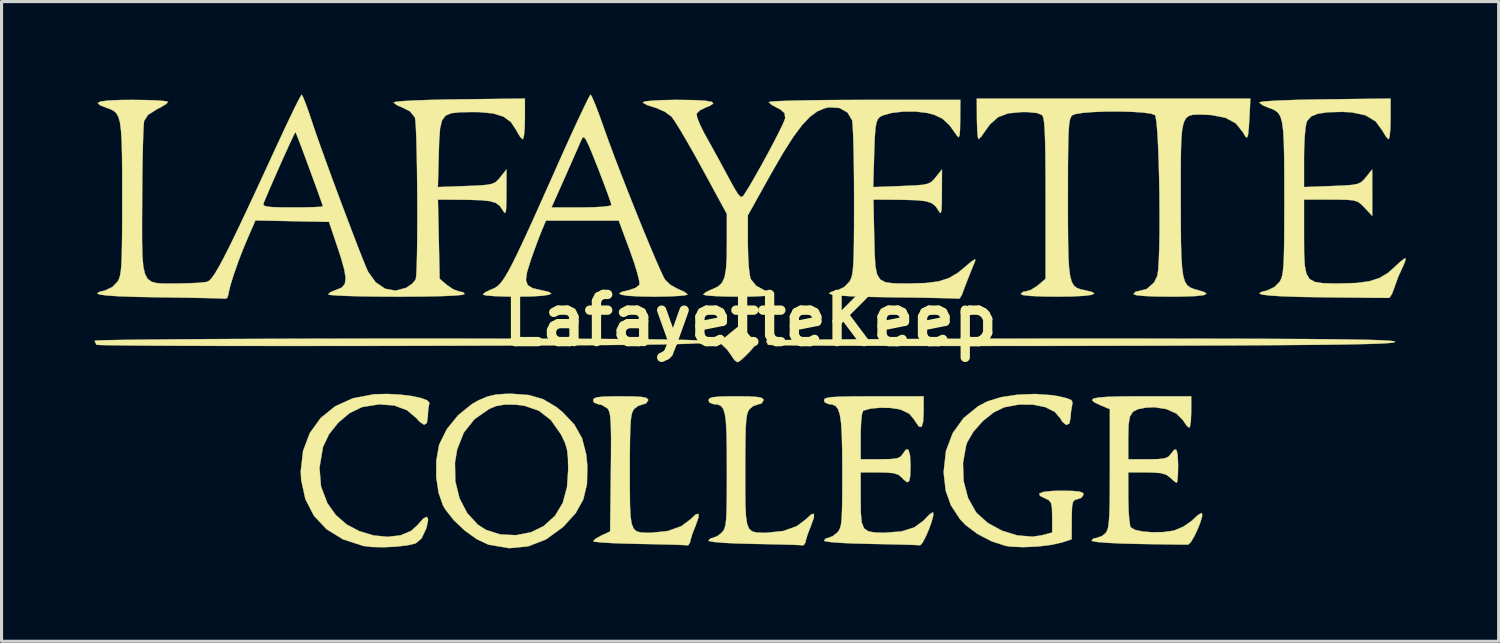
<source format=kicad_pcb>
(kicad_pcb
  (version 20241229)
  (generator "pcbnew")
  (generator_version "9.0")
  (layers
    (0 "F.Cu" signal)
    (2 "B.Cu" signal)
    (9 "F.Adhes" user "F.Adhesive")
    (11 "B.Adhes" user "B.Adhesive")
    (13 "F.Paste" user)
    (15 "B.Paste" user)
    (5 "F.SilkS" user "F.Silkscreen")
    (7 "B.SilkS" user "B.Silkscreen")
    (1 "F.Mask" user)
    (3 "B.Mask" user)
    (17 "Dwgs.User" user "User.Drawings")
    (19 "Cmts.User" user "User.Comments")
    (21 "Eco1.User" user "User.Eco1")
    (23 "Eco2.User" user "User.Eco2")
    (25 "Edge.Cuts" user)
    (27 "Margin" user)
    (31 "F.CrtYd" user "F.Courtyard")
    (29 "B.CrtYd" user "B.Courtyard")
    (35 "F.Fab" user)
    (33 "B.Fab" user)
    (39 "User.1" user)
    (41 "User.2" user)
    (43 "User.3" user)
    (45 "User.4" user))
  (footprint "LafayetteKeep"
    (layer "F.Cu")
    (at 21.172 7.286)
    (property "Reference" "LafayetteKeep" (at 0 0 0) (layer "F.SilkS") (effects (font (size 1.524 1.524) (thickness 0.3))))
    (attr through_hole)
    (fp_poly (pts (xy -0.081 0.435) (xy 0.067 0.616) (xy 0.154 0.739) (xy 0.163 0.762) (xy 0.108 0.859) (xy -0.027 1.016) (xy -0.194 1.184) (xy -0.343 1.313) (xy -0.419 1.355) (xy -0.516 1.288) (xy -0.6 1.164) (xy -0.746 0.956) (xy -0.861 0.843) (xy -0.948 0.761) (xy -0.951 0.686) (xy -0.852 0.578) (xy -0.675 0.431) (xy -0.325 0.15) (xy -0.081 0.435)) (stroke (width 0.01) (type solid)) (fill yes) (layer "F.SilkS"))
    (fp_poly (pts (xy -9.697 0.593) (xy -8.301 0.594) (xy -7.06 0.596) (xy -5.965 0.599) (xy -5.008 0.602) (xy -4.183 0.607) (xy -3.481 0.613) (xy -2.895 0.62) (xy -2.417 0.628) (xy -2.039 0.637) (xy -1.754 0.648) (xy -1.554 0.661) (xy -1.432 0.675) (xy -1.379 0.691) (xy -1.376 0.699) (xy -1.413 0.715) (xy -1.519 0.731) (xy -1.7 0.744) (xy -1.964 0.757) (xy -2.32 0.768) (xy -2.774 0.778) (xy -3.335 0.786) (xy -4.009 0.794) (xy -4.806 0.801) (xy -5.731 0.807) (xy -6.794 0.812) (xy -8.002 0.817) (xy -9.361 0.821) (xy -10.881 0.825) (xy -11.232 0.826) (xy -12.508 0.828) (xy -13.736 0.829) (xy -14.907 0.83) (xy -16.008 0.829) (xy -17.031 0.828) (xy -17.964 0.825) (xy -18.797 0.822) (xy -19.519 0.818) (xy -20.119 0.813) (xy -20.587 0.807) (xy -20.913 0.801) (xy -21.085 0.794) (xy -21.11 0.791) (xy -21.166 0.67) (xy -21.167 0.663) (xy -21.084 0.654) (xy -20.842 0.645) (xy -20.452 0.637) (xy -19.924 0.629) (xy -19.268 0.622) (xy -18.496 0.615) (xy -17.617 0.609) (xy -16.642 0.604) (xy -15.581 0.6) (xy -14.446 0.596) (xy -13.246 0.594) (xy -11.992 0.593) (xy -11.254 0.593) (xy -9.697 0.593)) (stroke (width 0.01) (type solid)) (fill yes) (layer "F.SilkS"))
    (fp_poly (pts (xy 12.253 0.593) (xy 13.669 0.594) (xy 14.931 0.596) (xy 16.046 0.598) (xy 17.023 0.602) (xy 17.867 0.606) (xy 18.588 0.612) (xy 19.192 0.619) (xy 19.688 0.627) (xy 20.082 0.636) (xy 20.383 0.647) (xy 20.598 0.659) (xy 20.734 0.673) (xy 20.799 0.688) (xy 20.807 0.699) (xy 20.77 0.715) (xy 20.665 0.73) (xy 20.484 0.744) (xy 20.221 0.756) (xy 19.866 0.767) (xy 19.414 0.777) (xy 18.856 0.786) (xy 18.185 0.793) (xy 17.393 0.8) (xy 16.473 0.806) (xy 15.416 0.812) (xy 14.216 0.816) (xy 12.865 0.821) (xy 11.355 0.824) (xy 10.697 0.826) (xy 9.404 0.828) (xy 8.159 0.829) (xy 6.972 0.83) (xy 5.852 0.829) (xy 4.812 0.828) (xy 3.86 0.825) (xy 3.008 0.822) (xy 2.266 0.818) (xy 1.644 0.814) (xy 1.153 0.808) (xy 0.804 0.802) (xy 0.607 0.795) (xy 0.565 0.791) (xy 0.508 0.67) (xy 0.508 0.663) (xy 0.591 0.654) (xy 0.833 0.646) (xy 1.223 0.637) (xy 1.752 0.63) (xy 2.409 0.622) (xy 3.184 0.616) (xy 4.065 0.61) (xy 5.044 0.605) (xy 6.109 0.6) (xy 7.251 0.597) (xy 8.458 0.594) (xy 9.721 0.593) (xy 10.675 0.593) (xy 12.253 0.593)) (stroke (width 0.01) (type solid)) (fill yes) (layer "F.SilkS"))
    (fp_poly (pts (xy -11.315 2.399) (xy -10.946 2.444) (xy -10.643 2.507) (xy -10.437 2.583) (xy -10.363 2.666) (xy -10.366 2.683) (xy -10.399 2.851) (xy -10.414 3.087) (xy -10.414 3.097) (xy -10.444 3.315) (xy -10.534 3.374) (xy -10.681 3.275) (xy -10.776 3.165) (xy -11.084 2.904) (xy -11.497 2.751) (xy -11.981 2.713) (xy -12.506 2.797) (xy -12.563 2.813) (xy -12.941 2.998) (xy -13.302 3.302) (xy -13.601 3.677) (xy -13.792 4.076) (xy -13.801 4.107) (xy -13.911 4.759) (xy -13.862 5.36) (xy -13.657 5.903) (xy -13.387 6.283) (xy -13.04 6.587) (xy -12.622 6.808) (xy -12.169 6.944) (xy -11.715 6.99) (xy -11.296 6.942) (xy -10.946 6.795) (xy -10.737 6.601) (xy -10.556 6.395) (xy -10.442 6.344) (xy -10.404 6.441) (xy -10.453 6.681) (xy -10.471 6.737) (xy -10.619 7.044) (xy -10.803 7.199) (xy -10.81 7.202) (xy -11.074 7.265) (xy -11.441 7.307) (xy -11.848 7.326) (xy -12.229 7.317) (xy -12.496 7.284) (xy -13.149 7.072) (xy -13.683 6.744) (xy -14.091 6.308) (xy -14.366 5.775) (xy -14.502 5.151) (xy -14.515 4.868) (xy -14.44 4.214) (xy -14.222 3.639) (xy -13.873 3.156) (xy -13.407 2.778) (xy -12.835 2.519) (xy -12.17 2.392) (xy -12.119 2.388) (xy -11.716 2.379) (xy -11.315 2.399)) (stroke (width 0.01) (type solid)) (fill yes) (layer "F.SilkS"))
    (fp_poly (pts (xy -7.151 2.414) (xy -6.69 2.549) (xy -6.27 2.798) (xy -6.066 2.964) (xy -5.686 3.366) (xy -5.437 3.807) (xy -5.302 4.329) (xy -5.266 4.695) (xy -5.278 5.289) (xy -5.396 5.783) (xy -5.638 6.219) (xy -6.02 6.642) (xy -6.07 6.689) (xy -6.604 7.076) (xy -7.178 7.298) (xy -7.788 7.356) (xy -8.431 7.247) (xy -8.478 7.233) (xy -8.837 7.064) (xy -9.221 6.788) (xy -9.577 6.452) (xy -9.854 6.099) (xy -9.924 5.979) (xy -10.068 5.564) (xy -10.142 5.062) (xy -10.14 4.596) (xy -9.538 4.596) (xy -9.527 5.192) (xy -9.392 5.744) (xy -9.146 6.221) (xy -8.802 6.595) (xy -8.541 6.764) (xy -8.081 6.912) (xy -7.574 6.937) (xy -7.081 6.842) (xy -6.676 6.643) (xy -6.307 6.308) (xy -6.059 5.895) (xy -5.921 5.381) (xy -5.884 4.828) (xy -5.891 4.449) (xy -5.92 4.179) (xy -5.985 3.958) (xy -6.097 3.724) (xy -6.129 3.665) (xy -6.447 3.217) (xy -6.831 2.919) (xy -7.3 2.758) (xy -7.572 2.725) (xy -7.938 2.721) (xy -8.215 2.771) (xy -8.431 2.862) (xy -8.909 3.193) (xy -9.253 3.627) (xy -9.467 4.168) (xy -9.538 4.596) (xy -10.14 4.596) (xy -10.14 4.54) (xy -10.06 4.067) (xy -10.039 3.997) (xy -9.801 3.514) (xy -9.437 3.067) (xy -8.992 2.706) (xy -8.788 2.589) (xy -8.499 2.465) (xy -8.219 2.398) (xy -7.873 2.374) (xy -7.709 2.373) (xy -7.151 2.414)) (stroke (width 0.01) (type solid)) (fill yes) (layer "F.SilkS"))
    (fp_poly (pts (xy -3.785 2.459) (xy -3.521 2.474) (xy -3.371 2.502) (xy -3.309 2.549) (xy -3.302 2.582) (xy -3.372 2.688) (xy -3.458 2.709) (xy -3.635 2.769) (xy -3.755 2.864) (xy -3.801 2.935) (xy -3.837 3.046) (xy -3.862 3.218) (xy -3.879 3.473) (xy -3.889 3.835) (xy -3.894 4.326) (xy -3.895 4.851) (xy -3.894 5.484) (xy -3.889 5.968) (xy -3.872 6.322) (xy -3.835 6.568) (xy -3.773 6.724) (xy -3.678 6.811) (xy -3.543 6.849) (xy -3.362 6.858) (xy -3.202 6.858) (xy -2.67 6.803) (xy -2.232 6.646) (xy -1.942 6.429) (xy -1.766 6.266) (xy -1.678 6.247) (xy -1.679 6.369) (xy -1.771 6.63) (xy -1.784 6.661) (xy -1.881 6.909) (xy -1.939 7.105) (xy -1.947 7.161) (xy -2.005 7.258) (xy -2.053 7.262) (xy -2.169 7.255) (xy -2.425 7.245) (xy -2.79 7.235) (xy -3.234 7.225) (xy -3.619 7.218) (xy -4.095 7.206) (xy -4.506 7.19) (xy -4.825 7.17) (xy -5.023 7.149) (xy -5.078 7.131) (xy -5.008 7.058) (xy -4.838 6.959) (xy -4.803 6.943) (xy -4.53 6.816) (xy -4.507 4.897) (xy -4.501 4.267) (xy -4.5 3.785) (xy -4.506 3.429) (xy -4.52 3.179) (xy -4.542 3.012) (xy -4.575 2.908) (xy -4.618 2.844) (xy -4.619 2.844) (xy -4.799 2.734) (xy -4.917 2.709) (xy -5.051 2.655) (xy -5.08 2.582) (xy -5.053 2.524) (xy -4.953 2.487) (xy -4.753 2.465) (xy -4.425 2.456) (xy -4.191 2.455) (xy -3.785 2.459)) (stroke (width 0.01) (type solid)) (fill yes) (layer "F.SilkS"))
    (fp_poly (pts (xy -0.06 2.459) (xy 0.204 2.474) (xy 0.354 2.502) (xy 0.416 2.549) (xy 0.423 2.582) (xy 0.354 2.688) (xy 0.267 2.709) (xy 0.09 2.769) (xy -0.029 2.864) (xy -0.076 2.935) (xy -0.111 3.046) (xy -0.137 3.218) (xy -0.154 3.473) (xy -0.164 3.835) (xy -0.168 4.326) (xy -0.169 4.851) (xy -0.169 5.484) (xy -0.164 5.968) (xy -0.146 6.322) (xy -0.11 6.568) (xy -0.048 6.724) (xy 0.047 6.811) (xy 0.182 6.849) (xy 0.364 6.858) (xy 0.524 6.858) (xy 1.055 6.803) (xy 1.494 6.646) (xy 1.783 6.429) (xy 1.959 6.266) (xy 2.048 6.247) (xy 2.046 6.369) (xy 1.954 6.63) (xy 1.941 6.661) (xy 1.845 6.909) (xy 1.786 7.105) (xy 1.778 7.161) (xy 1.72 7.258) (xy 1.672 7.262) (xy 1.556 7.255) (xy 1.301 7.245) (xy 0.936 7.235) (xy 0.492 7.225) (xy 0.106 7.218) (xy -0.427 7.204) (xy -0.856 7.184) (xy -1.163 7.158) (xy -1.33 7.128) (xy -1.355 7.11) (xy -1.286 7.037) (xy -1.228 7.027) (xy -1.077 6.971) (xy -0.931 6.858) (xy -0.876 6.793) (xy -0.834 6.709) (xy -0.804 6.583) (xy -0.783 6.392) (xy -0.771 6.114) (xy -0.765 5.725) (xy -0.762 5.203) (xy -0.762 4.832) (xy -0.764 4.177) (xy -0.773 3.673) (xy -0.792 3.298) (xy -0.825 3.036) (xy -0.877 2.865) (xy -0.951 2.766) (xy -1.051 2.721) (xy -1.181 2.709) (xy -1.191 2.709) (xy -1.325 2.655) (xy -1.355 2.582) (xy -1.327 2.524) (xy -1.227 2.487) (xy -1.027 2.465) (xy -0.7 2.456) (xy -0.466 2.455) (xy -0.06 2.459)) (stroke (width 0.01) (type solid)) (fill yes) (layer "F.SilkS"))
    (fp_poly (pts (xy 9.737 2.419) (xy 9.938 2.453) (xy 10.212 2.517) (xy 10.352 2.575) (xy 10.394 2.652) (xy 10.381 2.738) (xy 10.342 2.968) (xy 10.33 3.154) (xy 10.288 3.337) (xy 10.187 3.378) (xy 10.063 3.275) (xy 10.004 3.171) (xy 9.818 2.954) (xy 9.509 2.802) (xy 9.113 2.722) (xy 8.666 2.721) (xy 8.204 2.806) (xy 8.18 2.813) (xy 7.84 2.98) (xy 7.495 3.257) (xy 7.196 3.595) (xy 6.994 3.941) (xy 6.961 4.031) (xy 6.858 4.613) (xy 6.88 5.195) (xy 7.021 5.734) (xy 7.274 6.186) (xy 7.301 6.221) (xy 7.66 6.544) (xy 8.115 6.791) (xy 8.613 6.944) (xy 9.105 6.985) (xy 9.41 6.939) (xy 9.737 6.851) (xy 9.737 6.345) (xy 9.73 6.058) (xy 9.699 5.894) (xy 9.627 5.806) (xy 9.525 5.757) (xy 9.342 5.665) (xy 9.322 5.591) (xy 9.463 5.538) (xy 9.759 5.509) (xy 10.033 5.503) (xy 10.396 5.509) (xy 10.619 5.53) (xy 10.728 5.571) (xy 10.753 5.624) (xy 10.681 5.729) (xy 10.562 5.773) (xy 10.465 5.799) (xy 10.407 5.868) (xy 10.379 6.017) (xy 10.369 6.283) (xy 10.368 6.435) (xy 10.364 7.07) (xy 10.063 7.169) (xy 9.709 7.25) (xy 9.264 7.303) (xy 8.801 7.323) (xy 8.392 7.305) (xy 8.232 7.28) (xy 7.778 7.133) (xy 7.327 6.897) (xy 6.942 6.61) (xy 6.766 6.425) (xy 6.47 5.974) (xy 6.301 5.504) (xy 6.238 4.955) (xy 6.237 4.868) (xy 6.308 4.222) (xy 6.525 3.645) (xy 6.876 3.157) (xy 7.352 2.772) (xy 7.653 2.616) (xy 8.086 2.483) (xy 8.619 2.403) (xy 9.19 2.38) (xy 9.737 2.419)) (stroke (width 0.01) (type solid)) (fill yes) (layer "F.SilkS"))
    (fp_poly (pts (xy 14.224 2.963) (xy 14.214 3.231) (xy 14.189 3.415) (xy 14.161 3.471) (xy 14.08 3.404) (xy 13.968 3.243) (xy 13.956 3.222) (xy 13.747 3.011) (xy 13.423 2.867) (xy 13.033 2.807) (xy 12.762 2.82) (xy 12.505 2.869) (xy 12.339 2.956) (xy 12.245 3.112) (xy 12.202 3.371) (xy 12.192 3.765) (xy 12.192 3.778) (xy 12.192 4.487) (xy 12.826 4.487) (xy 13.163 4.481) (xy 13.371 4.456) (xy 13.494 4.402) (xy 13.566 4.318) (xy 13.675 4.179) (xy 13.746 4.18) (xy 13.786 4.331) (xy 13.8 4.639) (xy 13.801 4.699) (xy 13.795 4.979) (xy 13.779 5.178) (xy 13.758 5.249) (xy 13.674 5.196) (xy 13.547 5.08) (xy 13.418 4.985) (xy 13.237 4.933) (xy 12.956 4.912) (xy 12.785 4.911) (xy 12.192 4.911) (xy 12.193 5.736) (xy 12.201 6.104) (xy 12.222 6.415) (xy 12.252 6.625) (xy 12.271 6.683) (xy 12.406 6.764) (xy 12.658 6.819) (xy 12.98 6.844) (xy 13.322 6.837) (xy 13.633 6.794) (xy 13.69 6.78) (xy 13.979 6.657) (xy 14.238 6.476) (xy 14.277 6.438) (xy 14.437 6.291) (xy 14.551 6.225) (xy 14.57 6.227) (xy 14.578 6.321) (xy 14.524 6.512) (xy 14.43 6.75) (xy 14.318 6.984) (xy 14.209 7.165) (xy 14.126 7.242) (xy 14.123 7.242) (xy 14.006 7.241) (xy 13.749 7.238) (xy 13.382 7.233) (xy 12.934 7.226) (xy 12.509 7.219) (xy 11.967 7.205) (xy 11.529 7.184) (xy 11.213 7.159) (xy 11.037 7.129) (xy 11.007 7.11) (xy 11.077 7.041) (xy 11.163 7.027) (xy 11.34 6.968) (xy 11.459 6.872) (xy 11.505 6.803) (xy 11.54 6.695) (xy 11.565 6.528) (xy 11.582 6.278) (xy 11.593 5.925) (xy 11.598 5.447) (xy 11.599 4.822) (xy 11.599 4.794) (xy 11.599 2.87) (xy 11.303 2.746) (xy 11.111 2.656) (xy 11.026 2.586) (xy 11.058 2.533) (xy 11.217 2.496) (xy 11.515 2.472) (xy 11.96 2.459) (xy 12.563 2.455) (xy 12.615 2.455) (xy 14.224 2.455) (xy 14.224 2.963)) (stroke (width 0.01) (type solid)) (fill yes) (layer "F.SilkS"))
    (fp_poly (pts (xy 5.588 2.963) (xy 5.571 3.285) (xy 5.52 3.441) (xy 5.435 3.432) (xy 5.314 3.259) (xy 5.293 3.22) (xy 5.125 3.015) (xy 4.85 2.886) (xy 4.805 2.873) (xy 4.519 2.829) (xy 4.187 2.823) (xy 3.876 2.852) (xy 3.654 2.914) (xy 3.634 2.925) (xy 3.599 3.026) (xy 3.572 3.255) (xy 3.558 3.571) (xy 3.556 3.73) (xy 3.556 4.487) (xy 4.188 4.487) (xy 4.521 4.481) (xy 4.726 4.457) (xy 4.843 4.405) (xy 4.911 4.318) (xy 5.02 4.169) (xy 5.1 4.184) (xy 5.149 4.364) (xy 5.165 4.699) (xy 5.155 5.025) (xy 5.121 5.197) (xy 5.051 5.228) (xy 4.935 5.133) (xy 4.888 5.08) (xy 4.777 4.987) (xy 4.616 4.935) (xy 4.357 4.913) (xy 4.149 4.911) (xy 3.556 4.911) (xy 3.556 5.797) (xy 3.562 6.236) (xy 3.592 6.534) (xy 3.666 6.717) (xy 3.806 6.814) (xy 4.031 6.852) (xy 4.334 6.858) (xy 4.877 6.815) (xy 5.29 6.685) (xy 5.594 6.461) (xy 5.628 6.422) (xy 5.776 6.268) (xy 5.878 6.202) (xy 5.895 6.205) (xy 5.898 6.308) (xy 5.845 6.508) (xy 5.757 6.753) (xy 5.652 6.994) (xy 5.553 7.181) (xy 5.478 7.262) (xy 5.471 7.262) (xy 5.359 7.255) (xy 5.107 7.246) (xy 4.744 7.236) (xy 4.299 7.226) (xy 3.873 7.218) (xy 3.33 7.204) (xy 2.892 7.184) (xy 2.576 7.159) (xy 2.401 7.129) (xy 2.371 7.11) (xy 2.439 7.037) (xy 2.498 7.027) (xy 2.648 6.971) (xy 2.794 6.858) (xy 2.85 6.792) (xy 2.892 6.707) (xy 2.923 6.579) (xy 2.943 6.385) (xy 2.955 6.102) (xy 2.961 5.706) (xy 2.963 5.175) (xy 2.963 4.887) (xy 2.96 4.218) (xy 2.948 3.7) (xy 2.924 3.314) (xy 2.883 3.041) (xy 2.823 2.863) (xy 2.74 2.761) (xy 2.629 2.716) (xy 2.535 2.709) (xy 2.401 2.655) (xy 2.371 2.582) (xy 2.392 2.538) (xy 2.469 2.504) (xy 2.623 2.481) (xy 2.876 2.467) (xy 3.249 2.459) (xy 3.762 2.456) (xy 3.979 2.455) (xy 5.588 2.455) (xy 5.588 2.963)) (stroke (width 0.01) (type solid)) (fill yes) (layer "F.SilkS"))
    (fp_poly (pts (xy 20.659 -6.498) (xy 20.651 -6.189) (xy 20.631 -5.959) (xy 20.603 -5.848) (xy 20.595 -5.844) (xy 20.52 -5.914) (xy 20.416 -6.082) (xy 20.397 -6.119) (xy 20.176 -6.419) (xy 19.852 -6.614) (xy 19.407 -6.711) (xy 19.096 -6.726) (xy 18.63 -6.713) (xy 18.305 -6.666) (xy 18.094 -6.577) (xy 17.971 -6.439) (xy 17.946 -6.384) (xy 17.913 -6.213) (xy 17.886 -5.918) (xy 17.869 -5.544) (xy 17.865 -5.234) (xy 17.865 -4.299) (xy 18.764 -4.332) (xy 19.164 -4.349) (xy 19.433 -4.37) (xy 19.606 -4.405) (xy 19.721 -4.464) (xy 19.814 -4.556) (xy 19.864 -4.617) (xy 20.065 -4.868) (xy 20.066 -4.119) (xy 20.066 -3.369) (xy 19.82 -3.632) (xy 19.703 -3.751) (xy 19.594 -3.827) (xy 19.452 -3.87) (xy 19.238 -3.889) (xy 18.912 -3.894) (xy 18.72 -3.895) (xy 17.865 -3.895) (xy 17.865 -2.709) (xy 17.868 -2.168) (xy 17.888 -1.773) (xy 17.942 -1.501) (xy 18.047 -1.329) (xy 18.22 -1.235) (xy 18.478 -1.195) (xy 18.838 -1.186) (xy 18.986 -1.186) (xy 19.541 -1.202) (xy 19.965 -1.257) (xy 20.296 -1.361) (xy 20.572 -1.526) (xy 20.775 -1.705) (xy 20.962 -1.88) (xy 21.097 -1.985) (xy 21.143 -2) (xy 21.131 -1.909) (xy 21.057 -1.73) (xy 21.032 -1.68) (xy 20.905 -1.4) (xy 20.794 -1.092) (xy 20.785 -1.063) (xy 20.706 -0.853) (xy 20.629 -0.734) (xy 20.608 -0.723) (xy 20.505 -0.723) (xy 20.258 -0.724) (xy 19.889 -0.727) (xy 19.423 -0.732) (xy 18.884 -0.737) (xy 18.479 -0.742) (xy 17.737 -0.754) (xy 17.162 -0.773) (xy 16.753 -0.798) (xy 16.506 -0.83) (xy 16.42 -0.869) (xy 16.492 -0.915) (xy 16.675 -0.96) (xy 16.912 -1.073) (xy 17.078 -1.242) (xy 17.122 -1.323) (xy 17.157 -1.428) (xy 17.183 -1.576) (xy 17.203 -1.788) (xy 17.216 -2.084) (xy 17.224 -2.483) (xy 17.228 -3.004) (xy 17.23 -3.668) (xy 17.23 -3.933) (xy 17.229 -4.689) (xy 17.224 -5.294) (xy 17.213 -5.765) (xy 17.192 -6.122) (xy 17.157 -6.383) (xy 17.106 -6.565) (xy 17.036 -6.687) (xy 16.943 -6.766) (xy 16.824 -6.823) (xy 16.722 -6.858) (xy 16.529 -6.94) (xy 16.429 -7.018) (xy 16.425 -7.031) (xy 16.506 -7.053) (xy 16.734 -7.074) (xy 17.085 -7.093) (xy 17.538 -7.11) (xy 18.07 -7.123) (xy 18.542 -7.13) (xy 20.659 -7.154) (xy 20.659 -6.498)) (stroke (width 0.01) (type solid)) (fill yes) (layer "F.SilkS"))
    (fp_poly (pts (xy -5.114 -7.206) (xy -5.024 -6.998) (xy -4.904 -6.688) (xy -4.764 -6.303) (xy -4.712 -6.153) (xy -4.564 -5.74) (xy -4.38 -5.246) (xy -4.169 -4.697) (xy -3.942 -4.117) (xy -3.709 -3.532) (xy -3.48 -2.965) (xy -3.264 -2.443) (xy -3.073 -1.989) (xy -2.915 -1.629) (xy -2.801 -1.387) (xy -2.757 -1.309) (xy -2.59 -1.147) (xy -2.355 -1.015) (xy -2.33 -1.005) (xy -2.137 -0.919) (xy -2.036 -0.843) (xy -2.032 -0.83) (xy -2.111 -0.804) (xy -2.329 -0.784) (xy -2.652 -0.769) (xy -3.051 -0.762) (xy -3.133 -0.762) (xy -3.614 -0.77) (xy -3.964 -0.791) (xy -4.174 -0.825) (xy -4.236 -0.868) (xy -4.143 -0.92) (xy -3.933 -0.969) (xy -3.72 -1.039) (xy -3.591 -1.137) (xy -3.583 -1.153) (xy -3.592 -1.278) (xy -3.653 -1.525) (xy -3.756 -1.859) (xy -3.891 -2.243) (xy -3.893 -2.249) (xy -4.252 -3.217) (xy -5.427 -3.217) (xy -6.602 -3.217) (xy -6.735 -2.9) (xy -6.829 -2.663) (xy -6.952 -2.332) (xy -7.08 -1.975) (xy -7.093 -1.935) (xy -7.212 -1.554) (xy -7.248 -1.297) (xy -7.191 -1.133) (xy -7.031 -1.034) (xy -6.768 -0.973) (xy -6.52 -0.918) (xy -6.432 -0.868) (xy -6.497 -0.826) (xy -6.705 -0.792) (xy -7.05 -0.77) (xy -7.523 -0.762) (xy -7.535 -0.762) (xy -7.945 -0.767) (xy -8.285 -0.78) (xy -8.525 -0.8) (xy -8.633 -0.825) (xy -8.636 -0.83) (xy -8.565 -0.899) (xy -8.388 -0.986) (xy -8.337 -1.005) (xy -8.243 -1.047) (xy -8.152 -1.111) (xy -8.056 -1.21) (xy -7.949 -1.358) (xy -7.824 -1.567) (xy -7.673 -1.851) (xy -7.491 -2.223) (xy -7.269 -2.696) (xy -7 -3.284) (xy -6.84 -3.641) (xy -6.422 -3.641) (xy -5.454 -3.641) (xy -5.073 -3.647) (xy -4.762 -3.664) (xy -4.556 -3.69) (xy -4.487 -3.718) (xy -4.517 -3.821) (xy -4.597 -4.051) (xy -4.718 -4.377) (xy -4.868 -4.769) (xy -4.926 -4.918) (xy -5.1 -5.356) (xy -5.225 -5.654) (xy -5.312 -5.831) (xy -5.373 -5.906) (xy -5.417 -5.897) (xy -5.452 -5.835) (xy -5.519 -5.681) (xy -5.638 -5.41) (xy -5.793 -5.058) (xy -5.967 -4.664) (xy -5.98 -4.636) (xy -6.422 -3.641) (xy -6.84 -3.641) (xy -6.679 -4) (xy -6.297 -4.856) (xy -6.264 -4.932) (xy -6.002 -5.518) (xy -5.76 -6.05) (xy -5.547 -6.51) (xy -5.372 -6.879) (xy -5.245 -7.139) (xy -5.172 -7.269) (xy -5.161 -7.281) (xy -5.114 -7.206)) (stroke (width 0.01) (type solid)) (fill yes) (layer "F.SilkS"))
    (fp_poly (pts (xy 16.106 -6.604) (xy 16.084 -6.225) (xy 16.061 -5.996) (xy 16.03 -5.9) (xy 15.983 -5.918) (xy 15.913 -6.031) (xy 15.89 -6.073) (xy 15.666 -6.354) (xy 15.333 -6.535) (xy 14.877 -6.623) (xy 14.671 -6.634) (xy 14.456 -6.639) (xy 14.283 -6.632) (xy 14.15 -6.597) (xy 14.05 -6.516) (xy 13.979 -6.372) (xy 13.932 -6.148) (xy 13.904 -5.827) (xy 13.891 -5.392) (xy 13.886 -4.826) (xy 13.886 -4.113) (xy 13.887 -3.9) (xy 13.888 -3.139) (xy 13.893 -2.53) (xy 13.906 -2.054) (xy 13.93 -1.694) (xy 13.967 -1.432) (xy 14.021 -1.25) (xy 14.096 -1.13) (xy 14.194 -1.055) (xy 14.318 -1.006) (xy 14.417 -0.98) (xy 14.649 -0.909) (xy 14.718 -0.852) (xy 14.621 -0.809) (xy 14.359 -0.78) (xy 13.929 -0.765) (xy 13.547 -0.762) (xy 13.052 -0.768) (xy 12.679 -0.785) (xy 12.444 -0.811) (xy 12.361 -0.847) (xy 12.361 -0.847) (xy 12.43 -0.922) (xy 12.484 -0.931) (xy 12.788 -1.009) (xy 13.026 -1.219) (xy 13.13 -1.432) (xy 13.158 -1.616) (xy 13.179 -1.932) (xy 13.194 -2.353) (xy 13.202 -2.852) (xy 13.203 -3.405) (xy 13.199 -3.986) (xy 13.19 -4.567) (xy 13.175 -5.123) (xy 13.156 -5.628) (xy 13.132 -6.056) (xy 13.105 -6.382) (xy 13.074 -6.578) (xy 13.056 -6.621) (xy 12.922 -6.67) (xy 12.659 -6.705) (xy 12.303 -6.728) (xy 11.893 -6.738) (xy 11.467 -6.736) (xy 11.064 -6.721) (xy 10.722 -6.693) (xy 10.479 -6.653) (xy 10.385 -6.615) (xy 10.345 -6.567) (xy 10.313 -6.484) (xy 10.288 -6.348) (xy 10.271 -6.141) (xy 10.258 -5.844) (xy 10.251 -5.44) (xy 10.246 -4.91) (xy 10.245 -4.236) (xy 10.245 -3.945) (xy 10.245 -3.173) (xy 10.25 -2.552) (xy 10.261 -2.065) (xy 10.282 -1.696) (xy 10.317 -1.426) (xy 10.368 -1.239) (xy 10.439 -1.117) (xy 10.532 -1.043) (xy 10.652 -0.998) (xy 10.797 -0.968) (xy 11.028 -0.911) (xy 11.097 -0.862) (xy 11.01 -0.82) (xy 10.776 -0.789) (xy 10.402 -0.769) (xy 9.906 -0.762) (xy 9.411 -0.768) (xy 9.038 -0.785) (xy 8.803 -0.811) (xy 8.721 -0.847) (xy 8.721 -0.847) (xy 8.791 -0.916) (xy 8.885 -0.931) (xy 9.057 -0.984) (xy 9.262 -1.114) (xy 9.287 -1.136) (xy 9.525 -1.34) (xy 9.525 -3.925) (xy 9.523 -4.697) (xy 9.518 -5.314) (xy 9.509 -5.792) (xy 9.495 -6.146) (xy 9.475 -6.392) (xy 9.45 -6.544) (xy 9.417 -6.619) (xy 9.415 -6.621) (xy 9.249 -6.689) (xy 8.937 -6.719) (xy 8.749 -6.719) (xy 8.313 -6.677) (xy 7.99 -6.554) (xy 7.731 -6.325) (xy 7.578 -6.113) (xy 7.456 -5.94) (xy 7.37 -5.849) (xy 7.36 -5.845) (xy 7.337 -5.922) (xy 7.319 -6.127) (xy 7.309 -6.42) (xy 7.308 -6.498) (xy 7.304 -7.154) (xy 16.134 -7.154) (xy 16.106 -6.604)) (stroke (width 0.01) (type solid)) (fill yes) (layer "F.SilkS"))
    (fp_poly (pts (xy 6.768 -6.456) (xy 6.762 -6.132) (xy 6.745 -5.956) (xy 6.714 -5.905) (xy 6.664 -5.958) (xy 6.663 -5.959) (xy 6.425 -6.294) (xy 6.194 -6.507) (xy 5.923 -6.635) (xy 5.712 -6.689) (xy 5.332 -6.736) (xy 4.928 -6.735) (xy 4.553 -6.691) (xy 4.263 -6.609) (xy 4.173 -6.559) (xy 4.108 -6.489) (xy 4.063 -6.371) (xy 4.031 -6.174) (xy 4.009 -5.87) (xy 3.993 -5.429) (xy 3.992 -5.373) (xy 3.961 -4.298) (xy 4.869 -4.332) (xy 5.272 -4.349) (xy 5.543 -4.37) (xy 5.717 -4.404) (xy 5.833 -4.462) (xy 5.926 -4.552) (xy 5.979 -4.617) (xy 6.18 -4.868) (xy 6.177 -4.106) (xy 6.174 -3.752) (xy 6.163 -3.545) (xy 6.141 -3.463) (xy 6.102 -3.483) (xy 6.06 -3.552) (xy 5.965 -3.69) (xy 5.839 -3.784) (xy 5.65 -3.843) (xy 5.366 -3.874) (xy 4.955 -3.887) (xy 4.799 -3.889) (xy 3.967 -3.895) (xy 3.994 -2.66) (xy 4.008 -2.129) (xy 4.032 -1.743) (xy 4.086 -1.48) (xy 4.187 -1.316) (xy 4.353 -1.228) (xy 4.602 -1.192) (xy 4.951 -1.186) (xy 5.117 -1.186) (xy 5.657 -1.201) (xy 6.072 -1.255) (xy 6.402 -1.36) (xy 6.691 -1.529) (xy 6.924 -1.721) (xy 7.114 -1.883) (xy 7.236 -1.964) (xy 7.262 -1.947) (xy 7.203 -1.799) (xy 7.107 -1.559) (xy 7.042 -1.397) (xy 6.937 -1.128) (xy 6.854 -0.907) (xy 6.826 -0.826) (xy 6.756 -0.71) (xy 6.712 -0.697) (xy 6.613 -0.703) (xy 6.368 -0.711) (xy 6.001 -0.719) (xy 5.537 -0.728) (xy 5.001 -0.736) (xy 4.593 -0.741) (xy 3.852 -0.754) (xy 3.277 -0.772) (xy 2.868 -0.798) (xy 2.621 -0.83) (xy 2.535 -0.869) (xy 2.606 -0.915) (xy 2.79 -0.96) (xy 3.027 -1.073) (xy 3.192 -1.242) (xy 3.237 -1.324) (xy 3.273 -1.431) (xy 3.299 -1.582) (xy 3.318 -1.798) (xy 3.331 -2.099) (xy 3.339 -2.505) (xy 3.343 -3.036) (xy 3.344 -3.713) (xy 3.344 -3.849) (xy 3.342 -4.477) (xy 3.336 -5.06) (xy 3.326 -5.573) (xy 3.313 -5.992) (xy 3.298 -6.291) (xy 3.281 -6.448) (xy 3.28 -6.454) (xy 3.13 -6.706) (xy 2.873 -6.851) (xy 2.544 -6.874) (xy 2.403 -6.845) (xy 2.16 -6.744) (xy 1.917 -6.565) (xy 1.66 -6.293) (xy 1.377 -5.912) (xy 1.055 -5.406) (xy 0.682 -4.761) (xy 0.656 -4.715) (xy -0.085 -3.387) (xy -0.085 -2.459) (xy -0.076 -2.059) (xy -0.054 -1.703) (xy -0.02 -1.438) (xy 0.009 -1.326) (xy 0.183 -1.114) (xy 0.444 -0.968) (xy 0.639 -0.931) (xy 0.749 -0.884) (xy 0.762 -0.847) (xy 0.68 -0.811) (xy 0.446 -0.784) (xy 0.076 -0.767) (xy -0.381 -0.762) (xy -0.799 -0.767) (xy -1.148 -0.78) (xy -1.398 -0.799) (xy -1.518 -0.823) (xy -1.524 -0.83) (xy -1.453 -0.899) (xy -1.275 -0.986) (xy -1.223 -1.006) (xy -1.044 -1.09) (xy -0.918 -1.211) (xy -0.835 -1.396) (xy -0.788 -1.672) (xy -0.766 -2.068) (xy -0.762 -2.483) (xy -0.762 -3.431) (xy -1.561 -4.9) (xy -1.819 -5.368) (xy -2.063 -5.795) (xy -2.276 -6.156) (xy -2.443 -6.423) (xy -2.548 -6.57) (xy -2.552 -6.575) (xy -2.759 -6.727) (xy -3.035 -6.85) (xy -3.108 -6.871) (xy -3.327 -6.942) (xy -3.457 -7.013) (xy -3.471 -7.037) (xy -3.392 -7.065) (xy -3.174 -7.087) (xy -2.848 -7.104) (xy -2.446 -7.112) (xy -2.328 -7.112) (xy -1.805 -7.105) (xy -1.445 -7.084) (xy -1.246 -7.047) (xy -1.202 -6.993) (xy -1.31 -6.921) (xy -1.44 -6.87) (xy -1.633 -6.774) (xy -1.739 -6.667) (xy -1.74 -6.666) (xy -1.721 -6.543) (xy -1.632 -6.318) (xy -1.492 -6.035) (xy -1.452 -5.964) (xy -1.256 -5.611) (xy -1.021 -5.184) (xy -0.791 -4.758) (xy -0.721 -4.628) (xy -0.538 -4.291) (xy -0.412 -4.085) (xy -0.328 -3.989) (xy -0.267 -3.983) (xy -0.218 -4.036) (xy -0.06 -4.285) (xy 0.134 -4.616) (xy 0.348 -4.996) (xy 0.565 -5.393) (xy 0.768 -5.775) (xy 0.939 -6.112) (xy 1.062 -6.369) (xy 1.119 -6.517) (xy 1.12 -6.527) (xy 1.098 -6.689) (xy 0.959 -6.808) (xy 0.868 -6.852) (xy 0.685 -6.95) (xy 0.595 -7.033) (xy 0.593 -7.043) (xy 0.674 -7.058) (xy 0.906 -7.073) (xy 1.27 -7.086) (xy 1.747 -7.097) (xy 2.318 -7.105) (xy 2.965 -7.11) (xy 3.669 -7.112) (xy 3.683 -7.112) (xy 6.773 -7.112) (xy 6.768 -6.456)) (stroke (width 0.01) (type solid)) (fill yes) (layer "F.SilkS"))
    (fp_poly (pts (xy -14.441 -7.204) (xy -14.358 -6.997) (xy -14.248 -6.692) (xy -14.123 -6.32) (xy -14.123 -6.318) (xy -14.015 -6) (xy -13.866 -5.58) (xy -13.687 -5.083) (xy -13.487 -4.537) (xy -13.276 -3.968) (xy -13.063 -3.402) (xy -12.86 -2.867) (xy -12.676 -2.388) (xy -12.521 -1.992) (xy -12.404 -1.706) (xy -12.342 -1.566) (xy -12.097 -1.225) (xy -11.792 -1.017) (xy -11.453 -0.955) (xy -11.112 -1.048) (xy -10.921 -1.177) (xy -10.807 -1.311) (xy -10.805 -1.316) (xy -10.787 -1.448) (xy -10.773 -1.724) (xy -10.763 -2.115) (xy -10.756 -2.595) (xy -10.753 -3.139) (xy -10.753 -3.718) (xy -10.757 -4.308) (xy -10.763 -4.88) (xy -10.773 -5.409) (xy -10.785 -5.867) (xy -10.8 -6.229) (xy -10.818 -6.468) (xy -10.832 -6.548) (xy -10.99 -6.743) (xy -11.213 -6.856) (xy -11.408 -6.939) (xy -11.51 -7.017) (xy -11.515 -7.031) (xy -11.434 -7.053) (xy -11.206 -7.074) (xy -10.855 -7.093) (xy -10.402 -7.11) (xy -9.87 -7.123) (xy -9.398 -7.13) (xy -7.281 -7.154) (xy -7.281 -6.498) (xy -7.289 -6.189) (xy -7.311 -5.958) (xy -7.342 -5.847) (xy -7.35 -5.842) (xy -7.428 -5.911) (xy -7.533 -6.082) (xy -7.559 -6.135) (xy -7.73 -6.395) (xy -7.97 -6.572) (xy -8.306 -6.676) (xy -8.766 -6.718) (xy -9.001 -6.72) (xy -9.385 -6.713) (xy -9.659 -6.682) (xy -9.843 -6.603) (xy -9.956 -6.451) (xy -10.017 -6.202) (xy -10.047 -5.83) (xy -10.061 -5.364) (xy -10.09 -4.298) (xy -9.183 -4.332) (xy -8.781 -4.349) (xy -8.511 -4.37) (xy -8.337 -4.404) (xy -8.221 -4.462) (xy -8.129 -4.553) (xy -8.076 -4.617) (xy -7.875 -4.868) (xy -7.877 -4.106) (xy -7.881 -3.752) (xy -7.891 -3.545) (xy -7.914 -3.463) (xy -7.953 -3.483) (xy -7.995 -3.552) (xy -8.09 -3.69) (xy -8.216 -3.784) (xy -8.405 -3.843) (xy -8.688 -3.874) (xy -9.099 -3.887) (xy -9.256 -3.889) (xy -10.088 -3.895) (xy -10.06 -2.617) (xy -10.033 -1.34) (xy -9.795 -1.135) (xy -9.593 -0.999) (xy -9.412 -0.932) (xy -9.393 -0.931) (xy -9.258 -0.895) (xy -9.229 -0.847) (xy -9.312 -0.819) (xy -9.558 -0.796) (xy -9.959 -0.779) (xy -10.51 -0.767) (xy -11.202 -0.762) (xy -11.43 -0.762) (xy -12.021 -0.765) (xy -12.551 -0.772) (xy -13 -0.784) (xy -13.344 -0.799) (xy -13.562 -0.816) (xy -13.631 -0.834) (xy -13.559 -0.904) (xy -13.382 -0.978) (xy -13.356 -0.985) (xy -13.19 -1.056) (xy -13.094 -1.171) (xy -13.066 -1.352) (xy -13.108 -1.626) (xy -13.217 -2.016) (xy -13.319 -2.328) (xy -13.604 -3.175) (xy -14.791 -3.198) (xy -15.978 -3.222) (xy -16.211 -2.69) (xy -16.38 -2.287) (xy -16.54 -1.868) (xy -16.679 -1.47) (xy -16.784 -1.134) (xy -16.842 -0.897) (xy -16.849 -0.832) (xy -16.895 -0.712) (xy -16.954 -0.697) (xy -17.066 -0.703) (xy -17.322 -0.711) (xy -17.697 -0.719) (xy -18.167 -0.728) (xy -18.707 -0.736) (xy -19.071 -0.741) (xy -19.805 -0.754) (xy -20.372 -0.773) (xy -20.773 -0.799) (xy -21.011 -0.832) (xy -21.088 -0.871) (xy -21.005 -0.919) (xy -20.832 -0.96) (xy -20.595 -1.073) (xy -20.43 -1.242) (xy -20.385 -1.323) (xy -20.351 -1.428) (xy -20.324 -1.576) (xy -20.305 -1.788) (xy -20.292 -2.084) (xy -20.284 -2.483) (xy -20.279 -3.004) (xy -20.278 -3.668) (xy -20.278 -3.933) (xy -20.278 -4.689) (xy -20.283 -5.294) (xy -20.294 -5.765) (xy -20.316 -6.122) (xy -20.35 -6.383) (xy -20.401 -6.565) (xy -20.472 -6.687) (xy -20.565 -6.766) (xy -20.684 -6.823) (xy -20.785 -6.858) (xy -21.001 -6.944) (xy -21.067 -7.01) (xy -20.978 -7.059) (xy -20.731 -7.092) (xy -20.323 -7.109) (xy -19.939 -7.112) (xy -19.521 -7.107) (xy -19.172 -7.095) (xy -18.922 -7.076) (xy -18.802 -7.053) (xy -18.796 -7.046) (xy -18.866 -6.975) (xy -19.043 -6.869) (xy -19.155 -6.813) (xy -19.446 -6.627) (xy -19.57 -6.435) (xy -19.585 -6.296) (xy -19.599 -6.013) (xy -19.611 -5.609) (xy -19.622 -5.107) (xy -19.63 -4.534) (xy -19.634 -3.911) (xy -19.634 -3.873) (xy -19.638 -3.128) (xy -19.637 -2.534) (xy -19.626 -2.074) (xy -19.597 -1.733) (xy -19.542 -1.492) (xy -19.455 -1.333) (xy -19.328 -1.241) (xy -19.155 -1.197) (xy -18.928 -1.184) (xy -18.639 -1.186) (xy -18.521 -1.186) (xy -18.15 -1.193) (xy -17.823 -1.208) (xy -17.592 -1.231) (xy -17.535 -1.242) (xy -17.468 -1.279) (xy -17.386 -1.365) (xy -17.284 -1.512) (xy -17.155 -1.73) (xy -16.994 -2.03) (xy -16.795 -2.424) (xy -16.553 -2.922) (xy -16.262 -3.537) (xy -16.158 -3.759) (xy -15.721 -3.759) (xy -15.713 -3.707) (xy -15.626 -3.673) (xy -15.437 -3.652) (xy -15.12 -3.642) (xy -14.783 -3.641) (xy -14.398 -3.643) (xy -14.084 -3.651) (xy -13.874 -3.662) (xy -13.801 -3.675) (xy -13.828 -3.764) (xy -13.903 -3.976) (xy -14.011 -4.278) (xy -14.142 -4.636) (xy -14.281 -5.015) (xy -14.417 -5.382) (xy -14.537 -5.703) (xy -14.629 -5.942) (xy -14.68 -6.067) (xy -14.685 -6.076) (xy -14.722 -6.011) (xy -14.813 -5.821) (xy -14.943 -5.54) (xy -15.097 -5.199) (xy -15.261 -4.831) (xy -15.421 -4.466) (xy -15.564 -4.137) (xy -15.674 -3.877) (xy -15.721 -3.759) (xy -16.158 -3.759) (xy -15.916 -4.278) (xy -15.51 -5.157) (xy -15.282 -5.652) (xy -15.058 -6.134) (xy -14.856 -6.56) (xy -14.688 -6.906) (xy -14.563 -7.151) (xy -14.494 -7.271) (xy -14.484 -7.28) (xy -14.441 -7.204)) (stroke (width 0.01) (type solid)) (fill yes) (layer "F.SilkS")))
  (gr_rect
    (start -3 -3)
    (end 45.319 17.647)
    (stroke (width 0.1) (type default))
    (fill no)
    (layer "Edge.Cuts")))
</source>
